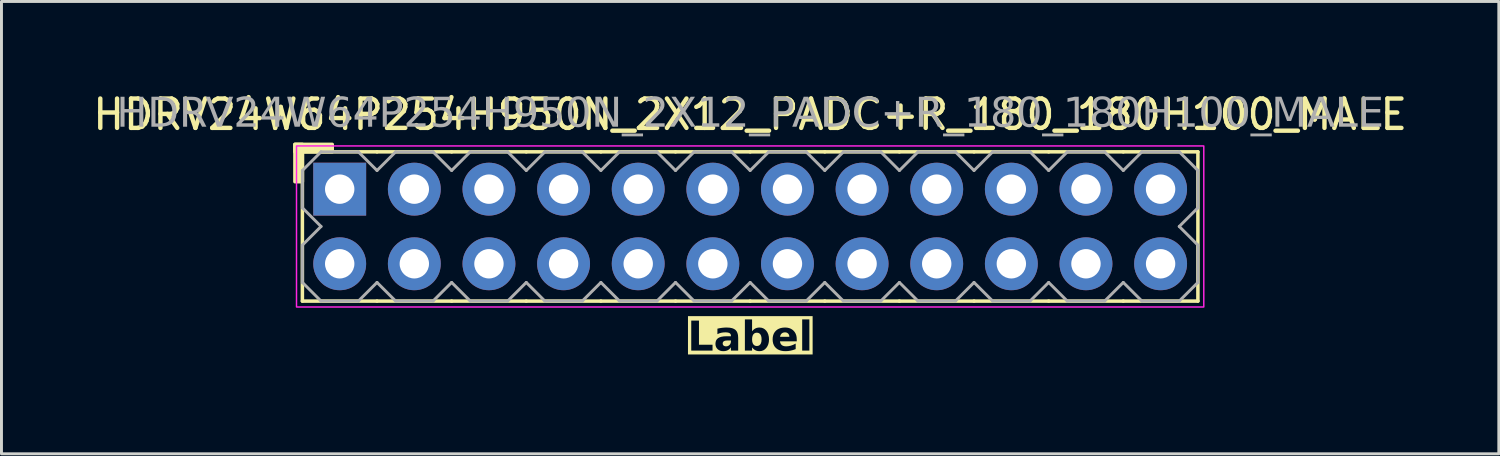
<source format=kicad_pcb>
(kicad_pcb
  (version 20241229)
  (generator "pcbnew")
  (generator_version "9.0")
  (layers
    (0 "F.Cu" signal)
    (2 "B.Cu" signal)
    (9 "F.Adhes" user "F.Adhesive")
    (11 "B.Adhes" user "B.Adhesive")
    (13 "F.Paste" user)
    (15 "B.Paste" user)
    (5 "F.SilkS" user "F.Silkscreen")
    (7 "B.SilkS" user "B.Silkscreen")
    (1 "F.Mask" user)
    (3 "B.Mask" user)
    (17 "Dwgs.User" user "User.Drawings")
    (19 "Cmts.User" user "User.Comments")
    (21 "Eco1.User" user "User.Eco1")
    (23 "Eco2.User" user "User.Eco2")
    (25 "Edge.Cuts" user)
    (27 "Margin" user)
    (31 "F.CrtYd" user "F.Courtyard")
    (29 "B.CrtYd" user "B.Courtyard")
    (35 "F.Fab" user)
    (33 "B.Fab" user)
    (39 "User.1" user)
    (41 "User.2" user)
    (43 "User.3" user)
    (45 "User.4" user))
  (footprint "HDRV24W64P254H950N_2X12_PADC+R_180_180H100_MALE"
    (layer "F.Cu")
    (at 22.482 4.658)
    (property "Reference" "HDRV24W64P254H950N_2X12_PADC+R_180_180H100_MALE" (at 0 -3.81 0) (layer "F.SilkS") (effects (font (size 1 1) (thickness 0.15))))
    (property "Label" "Label" (at 0 3.81 0) (layer "F.SilkS" knockout) (effects (font (face "Tahoma") (size 1 1) (thickness 0.2) (bold yes))))
    (attr through_hole)
    (fp_line (start -15.24 2.54) (end -15.24 -2.54) (stroke (width 0.12) (type solid)) (layer "F.SilkS"))
    (fp_line (start -12.7 -2.54) (end -15.24 -2.54) (stroke (width 0.12) (type solid)) (layer "F.SilkS"))
    (fp_line (start -12.7 2.54) (end -15.24 2.54) (stroke (width 0.12) (type solid)) (layer "F.SilkS"))
    (fp_line (start -10.16 -2.54) (end -12.7 -2.54) (stroke (width 0.12) (type solid)) (layer "F.SilkS"))
    (fp_line (start -10.16 2.54) (end -12.7 2.54) (stroke (width 0.12) (type solid)) (layer "F.SilkS"))
    (fp_line (start -7.62 -2.54) (end -10.16 -2.54) (stroke (width 0.12) (type solid)) (layer "F.SilkS"))
    (fp_line (start -7.62 2.54) (end -10.16 2.54) (stroke (width 0.12) (type solid)) (layer "F.SilkS"))
    (fp_line (start -5.08 -2.54) (end -7.62 -2.54) (stroke (width 0.12) (type solid)) (layer "F.SilkS"))
    (fp_line (start -5.08 2.54) (end -7.62 2.54) (stroke (width 0.12) (type solid)) (layer "F.SilkS"))
    (fp_line (start -2.54 -2.54) (end -5.08 -2.54) (stroke (width 0.12) (type solid)) (layer "F.SilkS"))
    (fp_line (start -2.54 2.54) (end -5.08 2.54) (stroke (width 0.12) (type solid)) (layer "F.SilkS"))
    (fp_line (start 0 -2.54) (end -2.54 -2.54) (stroke (width 0.12) (type solid)) (layer "F.SilkS"))
    (fp_line (start 0 2.54) (end -2.54 2.54) (stroke (width 0.12) (type solid)) (layer "F.SilkS"))
    (fp_line (start 2.54 -2.54) (end 0 -2.54) (stroke (width 0.12) (type solid)) (layer "F.SilkS"))
    (fp_line (start 2.54 2.54) (end 0 2.54) (stroke (width 0.12) (type solid)) (layer "F.SilkS"))
    (fp_line (start 5.08 -2.54) (end 2.54 -2.54) (stroke (width 0.12) (type solid)) (layer "F.SilkS"))
    (fp_line (start 5.08 2.54) (end 2.54 2.54) (stroke (width 0.12) (type solid)) (layer "F.SilkS"))
    (fp_line (start 7.62 -2.54) (end 5.08 -2.54) (stroke (width 0.12) (type solid)) (layer "F.SilkS"))
    (fp_line (start 7.62 2.54) (end 5.08 2.54) (stroke (width 0.12) (type solid)) (layer "F.SilkS"))
    (fp_line (start 10.16 -2.54) (end 7.62 -2.54) (stroke (width 0.12) (type solid)) (layer "F.SilkS"))
    (fp_line (start 10.16 2.54) (end 7.62 2.54) (stroke (width 0.12) (type solid)) (layer "F.SilkS"))
    (fp_line (start 12.7 -2.54) (end 10.16 -2.54) (stroke (width 0.12) (type solid)) (layer "F.SilkS"))
    (fp_line (start 12.7 2.54) (end 10.16 2.54) (stroke (width 0.12) (type solid)) (layer "F.SilkS"))
    (fp_line (start 15.24 -2.54) (end 12.7 -2.54) (stroke (width 0.12) (type solid)) (layer "F.SilkS"))
    (fp_line (start 15.24 2.54) (end 12.7 2.54) (stroke (width 0.12) (type solid)) (layer "F.SilkS"))
    (fp_line (start 15.24 2.54) (end 15.24 -2.54) (stroke (width 0.12) (type solid)) (layer "F.SilkS"))
    (fp_rect (start -15.494 -1.524) (end -15.24 -2.794) (stroke (width 0.12) (type solid)) (fill yes) (layer "F.SilkS"))
    (fp_rect (start -14.224 -2.54) (end -15.494 -2.794) (stroke (width 0.12) (type solid)) (fill yes) (layer "F.SilkS"))
    (fp_rect (start -15.44 -2.74) (end 15.44 2.74) (stroke (width 0.05) (type default)) (fill no) (layer "F.CrtYd"))
    (fp_line (start -15.24 -1.905) (end -15.24 -0.635) (stroke (width 0.1) (type solid)) (layer "F.Fab"))
    (fp_line (start -15.24 -1.905) (end -14.605 -2.54) (stroke (width 0.1) (type solid)) (layer "F.Fab"))
    (fp_line (start -15.24 0.635) (end -15.24 1.905) (stroke (width 0.1) (type solid)) (layer "F.Fab"))
    (fp_line (start -14.605 -2.54) (end -13.335 -2.54) (stroke (width 0.1) (type solid)) (layer "F.Fab"))
    (fp_line (start -14.605 0) (end -15.24 -0.635) (stroke (width 0.1) (type solid)) (layer "F.Fab"))
    (fp_line (start -14.605 0) (end -15.24 0.635) (stroke (width 0.1) (type solid)) (layer "F.Fab"))
    (fp_line (start -14.605 2.54) (end -15.24 1.905) (stroke (width 0.1) (type solid)) (layer "F.Fab"))
    (fp_line (start -13.335 -2.54) (end -12.7 -1.905) (stroke (width 0.1) (type solid)) (layer "F.Fab"))
    (fp_line (start -13.335 2.54) (end -14.605 2.54) (stroke (width 0.1) (type solid)) (layer "F.Fab"))
    (fp_line (start -12.7 -1.905) (end -12.065 -2.54) (stroke (width 0.1) (type solid)) (layer "F.Fab"))
    (fp_line (start -12.7 1.905) (end -13.335 2.54) (stroke (width 0.1) (type solid)) (layer "F.Fab"))
    (fp_line (start -12.065 -2.54) (end -10.795 -2.54) (stroke (width 0.1) (type solid)) (layer "F.Fab"))
    (fp_line (start -12.065 2.54) (end -12.7 1.905) (stroke (width 0.1) (type solid)) (layer "F.Fab"))
    (fp_line (start -10.795 -2.54) (end -10.16 -1.905) (stroke (width 0.1) (type solid)) (layer "F.Fab"))
    (fp_line (start -10.795 2.54) (end -12.065 2.54) (stroke (width 0.1) (type solid)) (layer "F.Fab"))
    (fp_line (start -10.16 -1.905) (end -9.525 -2.54) (stroke (width 0.1) (type solid)) (layer "F.Fab"))
    (fp_line (start -10.16 1.905) (end -10.795 2.54) (stroke (width 0.1) (type solid)) (layer "F.Fab"))
    (fp_line (start -9.525 -2.54) (end -8.255 -2.54) (stroke (width 0.1) (type solid)) (layer "F.Fab"))
    (fp_line (start -9.525 2.54) (end -10.16 1.905) (stroke (width 0.1) (type solid)) (layer "F.Fab"))
    (fp_line (start -8.255 -2.54) (end -7.62 -1.905) (stroke (width 0.1) (type solid)) (layer "F.Fab"))
    (fp_line (start -8.255 2.54) (end -9.525 2.54) (stroke (width 0.1) (type solid)) (layer "F.Fab"))
    (fp_line (start -7.62 -1.905) (end -6.985 -2.54) (stroke (width 0.1) (type solid)) (layer "F.Fab"))
    (fp_line (start -7.62 1.905) (end -8.255 2.54) (stroke (width 0.1) (type solid)) (layer "F.Fab"))
    (fp_line (start -6.985 -2.54) (end -5.715 -2.54) (stroke (width 0.1) (type solid)) (layer "F.Fab"))
    (fp_line (start -6.985 2.54) (end -7.62 1.905) (stroke (width 0.1) (type solid)) (layer "F.Fab"))
    (fp_line (start -5.715 -2.54) (end -5.08 -1.905) (stroke (width 0.1) (type solid)) (layer "F.Fab"))
    (fp_line (start -5.715 2.54) (end -6.985 2.54) (stroke (width 0.1) (type solid)) (layer "F.Fab"))
    (fp_line (start -5.08 -1.905) (end -4.445 -2.54) (stroke (width 0.1) (type solid)) (layer "F.Fab"))
    (fp_line (start -5.08 1.905) (end -5.715 2.54) (stroke (width 0.1) (type solid)) (layer "F.Fab"))
    (fp_line (start -4.445 -2.54) (end -3.175 -2.54) (stroke (width 0.1) (type solid)) (layer "F.Fab"))
    (fp_line (start -4.445 2.54) (end -5.08 1.905) (stroke (width 0.1) (type solid)) (layer "F.Fab"))
    (fp_line (start -3.175 -2.54) (end -2.54 -1.905) (stroke (width 0.1) (type solid)) (layer "F.Fab"))
    (fp_line (start -3.175 2.54) (end -4.445 2.54) (stroke (width 0.1) (type solid)) (layer "F.Fab"))
    (fp_line (start -2.54 -1.905) (end -1.905 -2.54) (stroke (width 0.1) (type solid)) (layer "F.Fab"))
    (fp_line (start -2.54 1.905) (end -3.175 2.54) (stroke (width 0.1) (type solid)) (layer "F.Fab"))
    (fp_line (start -1.905 -2.54) (end -0.635 -2.54) (stroke (width 0.1) (type solid)) (layer "F.Fab"))
    (fp_line (start -1.905 2.54) (end -2.54 1.905) (stroke (width 0.1) (type solid)) (layer "F.Fab"))
    (fp_line (start -0.635 -2.54) (end 0 -1.905) (stroke (width 0.1) (type solid)) (layer "F.Fab"))
    (fp_line (start -0.635 2.54) (end -1.905 2.54) (stroke (width 0.1) (type solid)) (layer "F.Fab"))
    (fp_line (start 0 -1.905) (end 0.635 -2.54) (stroke (width 0.1) (type solid)) (layer "F.Fab"))
    (fp_line (start 0 1.905) (end -0.635 2.54) (stroke (width 0.1) (type solid)) (layer "F.Fab"))
    (fp_line (start 0.635 -2.54) (end 1.905 -2.54) (stroke (width 0.1) (type solid)) (layer "F.Fab"))
    (fp_line (start 0.635 2.54) (end 0 1.905) (stroke (width 0.1) (type solid)) (layer "F.Fab"))
    (fp_line (start 1.905 -2.54) (end 2.54 -1.905) (stroke (width 0.1) (type solid)) (layer "F.Fab"))
    (fp_line (start 1.905 2.54) (end 0.635 2.54) (stroke (width 0.1) (type solid)) (layer "F.Fab"))
    (fp_line (start 2.54 -1.905) (end 3.175 -2.54) (stroke (width 0.1) (type solid)) (layer "F.Fab"))
    (fp_line (start 2.54 1.905) (end 1.905 2.54) (stroke (width 0.1) (type solid)) (layer "F.Fab"))
    (fp_line (start 3.175 -2.54) (end 4.445 -2.54) (stroke (width 0.1) (type solid)) (layer "F.Fab"))
    (fp_line (start 3.175 2.54) (end 2.54 1.905) (stroke (width 0.1) (type solid)) (layer "F.Fab"))
    (fp_line (start 4.445 -2.54) (end 5.08 -1.905) (stroke (width 0.1) (type solid)) (layer "F.Fab"))
    (fp_line (start 4.445 2.54) (end 3.175 2.54) (stroke (width 0.1) (type solid)) (layer "F.Fab"))
    (fp_line (start 5.08 -1.905) (end 5.715 -2.54) (stroke (width 0.1) (type solid)) (layer "F.Fab"))
    (fp_line (start 5.08 1.905) (end 4.445 2.54) (stroke (width 0.1) (type solid)) (layer "F.Fab"))
    (fp_line (start 5.715 -2.54) (end 6.985 -2.54) (stroke (width 0.1) (type solid)) (layer "F.Fab"))
    (fp_line (start 5.715 2.54) (end 5.08 1.905) (stroke (width 0.1) (type solid)) (layer "F.Fab"))
    (fp_line (start 6.985 -2.54) (end 7.62 -1.905) (stroke (width 0.1) (type solid)) (layer "F.Fab"))
    (fp_line (start 6.985 2.54) (end 5.715 2.54) (stroke (width 0.1) (type solid)) (layer "F.Fab"))
    (fp_line (start 7.62 -1.905) (end 8.255 -2.54) (stroke (width 0.1) (type solid)) (layer "F.Fab"))
    (fp_line (start 7.62 1.905) (end 6.985 2.54) (stroke (width 0.1) (type solid)) (layer "F.Fab"))
    (fp_line (start 8.255 -2.54) (end 9.525 -2.54) (stroke (width 0.1) (type solid)) (layer "F.Fab"))
    (fp_line (start 8.255 2.54) (end 7.62 1.905) (stroke (width 0.1) (type solid)) (layer "F.Fab"))
    (fp_line (start 9.525 -2.54) (end 10.16 -1.905) (stroke (width 0.1) (type solid)) (layer "F.Fab"))
    (fp_line (start 9.525 2.54) (end 8.255 2.54) (stroke (width 0.1) (type solid)) (layer "F.Fab"))
    (fp_line (start 10.16 -1.905) (end 10.795 -2.54) (stroke (width 0.1) (type solid)) (layer "F.Fab"))
    (fp_line (start 10.16 1.905) (end 9.525 2.54) (stroke (width 0.1) (type solid)) (layer "F.Fab"))
    (fp_line (start 10.795 -2.54) (end 12.065 -2.54) (stroke (width 0.1) (type solid)) (layer "F.Fab"))
    (fp_line (start 10.795 2.54) (end 10.16 1.905) (stroke (width 0.1) (type solid)) (layer "F.Fab"))
    (fp_line (start 12.065 -2.54) (end 12.7 -1.905) (stroke (width 0.1) (type solid)) (layer "F.Fab"))
    (fp_line (start 12.065 2.54) (end 10.795 2.54) (stroke (width 0.1) (type solid)) (layer "F.Fab"))
    (fp_line (start 12.7 -1.905) (end 13.335 -2.54) (stroke (width 0.1) (type solid)) (layer "F.Fab"))
    (fp_line (start 12.7 1.905) (end 12.065 2.54) (stroke (width 0.1) (type solid)) (layer "F.Fab"))
    (fp_line (start 13.335 -2.54) (end 14.605 -2.54) (stroke (width 0.1) (type solid)) (layer "F.Fab"))
    (fp_line (start 13.335 2.54) (end 12.7 1.905) (stroke (width 0.1) (type solid)) (layer "F.Fab"))
    (fp_line (start 14.605 -2.54) (end 15.24 -1.905) (stroke (width 0.1) (type solid)) (layer "F.Fab"))
    (fp_line (start 14.605 0) (end 15.24 0.635) (stroke (width 0.1) (type solid)) (layer "F.Fab"))
    (fp_line (start 14.605 2.54) (end 13.335 2.54) (stroke (width 0.1) (type solid)) (layer "F.Fab"))
    (fp_line (start 15.24 -1.905) (end 15.24 -0.635) (stroke (width 0.1) (type solid)) (layer "F.Fab"))
    (fp_line (start 15.24 -0.635) (end 14.605 0) (stroke (width 0.1) (type solid)) (layer "F.Fab"))
    (fp_line (start 15.24 0.635) (end 15.24 1.905) (stroke (width 0.1) (type solid)) (layer "F.Fab"))
    (fp_line (start 15.24 1.905) (end 14.605 2.54) (stroke (width 0.1) (type solid)) (layer "F.Fab"))
    (fp_rect (start -13.716 -1.524) (end -14.224 -1.016) (stroke (width 0.1) (type solid)) (fill no) (layer "F.Fab"))
    (fp_rect (start -13.716 1.016) (end -14.224 1.524) (stroke (width 0.1) (type solid)) (fill no) (layer "F.Fab"))
    (fp_rect (start -11.176 -1.524) (end -11.684 -1.016) (stroke (width 0.1) (type solid)) (fill no) (layer "F.Fab"))
    (fp_rect (start -11.176 1.016) (end -11.684 1.524) (stroke (width 0.1) (type solid)) (fill no) (layer "F.Fab"))
    (fp_rect (start -8.636 -1.524) (end -9.144 -1.016) (stroke (width 0.1) (type solid)) (fill no) (layer "F.Fab"))
    (fp_rect (start -8.636 1.016) (end -9.144 1.524) (stroke (width 0.1) (type solid)) (fill no) (layer "F.Fab"))
    (fp_rect (start -6.096 -1.524) (end -6.604 -1.016) (stroke (width 0.1) (type solid)) (fill no) (layer "F.Fab"))
    (fp_rect (start -6.096 1.016) (end -6.604 1.524) (stroke (width 0.1) (type solid)) (fill no) (layer "F.Fab"))
    (fp_rect (start -3.556 -1.524) (end -4.064 -1.016) (stroke (width 0.1) (type solid)) (fill no) (layer "F.Fab"))
    (fp_rect (start -3.556 1.016) (end -4.064 1.524) (stroke (width 0.1) (type solid)) (fill no) (layer "F.Fab"))
    (fp_rect (start -1.016 -1.524) (end -1.524 -1.016) (stroke (width 0.1) (type solid)) (fill no) (layer "F.Fab"))
    (fp_rect (start -1.016 1.016) (end -1.524 1.524) (stroke (width 0.1) (type solid)) (fill no) (layer "F.Fab"))
    (fp_rect (start 1.524 -1.524) (end 1.016 -1.016) (stroke (width 0.1) (type solid)) (fill no) (layer "F.Fab"))
    (fp_rect (start 1.524 1.016) (end 1.016 1.524) (stroke (width 0.1) (type solid)) (fill no) (layer "F.Fab"))
    (fp_rect (start 4.064 -1.524) (end 3.556 -1.016) (stroke (width 0.1) (type solid)) (fill no) (layer "F.Fab"))
    (fp_rect (start 4.064 1.016) (end 3.556 1.524) (stroke (width 0.1) (type solid)) (fill no) (layer "F.Fab"))
    (fp_rect (start 6.604 -1.524) (end 6.096 -1.016) (stroke (width 0.1) (type solid)) (fill no) (layer "F.Fab"))
    (fp_rect (start 6.604 1.016) (end 6.096 1.524) (stroke (width 0.1) (type solid)) (fill no) (layer "F.Fab"))
    (fp_rect (start 9.144 -1.524) (end 8.636 -1.016) (stroke (width 0.1) (type solid)) (fill no) (layer "F.Fab"))
    (fp_rect (start 9.144 1.016) (end 8.636 1.524) (stroke (width 0.1) (type solid)) (fill no) (layer "F.Fab"))
    (fp_rect (start 11.684 -1.524) (end 11.176 -1.016) (stroke (width 0.1) (type solid)) (fill no) (layer "F.Fab"))
    (fp_rect (start 11.684 1.016) (end 11.176 1.524) (stroke (width 0.1) (type solid)) (fill no) (layer "F.Fab"))
    (fp_rect (start 14.224 -1.524) (end 13.716 -1.016) (stroke (width 0.1) (type solid)) (fill no) (layer "F.Fab"))
    (fp_rect (start 14.224 1.016) (end 13.716 1.524) (stroke (width 0.1) (type solid)) (fill no) (layer "F.Fab"))
    (fp_text user "${REFERENCE}" (at 0 -3.81 0) (layer "F.Fab") (effects (font (face "Tahoma") (size 1 1) (thickness 0.15))))
    (pad "1" thru_hole rect (at -13.97 -1.27) (size 1.8 1.8) (drill 1) (layers "*.Cu" "*.Mask"))
    (pad "2" thru_hole circle (at -13.97 1.27) (size 1.8 1.8) (drill 1) (layers "*.Cu" "*.Mask"))
    (pad "3" thru_hole circle (at -11.43 -1.27) (size 1.8 1.8) (drill 1) (layers "*.Cu" "*.Mask"))
    (pad "4" thru_hole circle (at -11.43 1.27) (size 1.8 1.8) (drill 1) (layers "*.Cu" "*.Mask"))
    (pad "5" thru_hole circle (at -8.89 -1.27) (size 1.8 1.8) (drill 1) (layers "*.Cu" "*.Mask"))
    (pad "6" thru_hole circle (at -8.89 1.27) (size 1.8 1.8) (drill 1) (layers "*.Cu" "*.Mask"))
    (pad "7" thru_hole circle (at -6.35 -1.27) (size 1.8 1.8) (drill 1) (layers "*.Cu" "*.Mask"))
    (pad "8" thru_hole circle (at -6.35 1.27) (size 1.8 1.8) (drill 1) (layers "*.Cu" "*.Mask"))
    (pad "9" thru_hole circle (at -3.81 -1.27) (size 1.8 1.8) (drill 1) (layers "*.Cu" "*.Mask"))
    (pad "10" thru_hole circle (at -3.81 1.27) (size 1.8 1.8) (drill 1) (layers "*.Cu" "*.Mask"))
    (pad "11" thru_hole circle (at -1.27 -1.27) (size 1.8 1.8) (drill 1) (layers "*.Cu" "*.Mask"))
    (pad "12" thru_hole circle (at -1.27 1.27) (size 1.8 1.8) (drill 1) (layers "*.Cu" "*.Mask"))
    (pad "13" thru_hole circle (at 1.27 -1.27) (size 1.8 1.8) (drill 1) (layers "*.Cu" "*.Mask"))
    (pad "14" thru_hole circle (at 1.27 1.27) (size 1.8 1.8) (drill 1) (layers "*.Cu" "*.Mask"))
    (pad "15" thru_hole circle (at 3.81 -1.27) (size 1.8 1.8) (drill 1) (layers "*.Cu" "*.Mask"))
    (pad "16" thru_hole circle (at 3.81 1.27) (size 1.8 1.8) (drill 1) (layers "*.Cu" "*.Mask"))
    (pad "17" thru_hole circle (at 6.35 -1.27) (size 1.8 1.8) (drill 1) (layers "*.Cu" "*.Mask"))
    (pad "18" thru_hole circle (at 6.35 1.27) (size 1.8 1.8) (drill 1) (layers "*.Cu" "*.Mask"))
    (pad "19" thru_hole circle (at 8.89 -1.27) (size 1.8 1.8) (drill 1) (layers "*.Cu" "*.Mask"))
    (pad "20" thru_hole circle (at 8.89 1.27) (size 1.8 1.8) (drill 1) (layers "*.Cu" "*.Mask"))
    (pad "21" thru_hole circle (at 11.43 -1.27) (size 1.8 1.8) (drill 1) (layers "*.Cu" "*.Mask"))
    (pad "22" thru_hole circle (at 11.43 1.27) (size 1.8 1.8) (drill 1) (layers "*.Cu" "*.Mask"))
    (pad "23" thru_hole circle (at 13.97 -1.27) (size 1.8 1.8) (drill 1) (layers "*.Cu" "*.Mask"))
    (pad "24" thru_hole circle (at 13.97 1.27) (size 1.8 1.8) (drill 1) (layers "*.Cu" "*.Mask")))
  (gr_rect
    (start -3 -3)
    (end 47.964 12.396)
    (stroke (width 0.1) (type default))
    (fill no)
    (layer "Edge.Cuts")))
</source>
